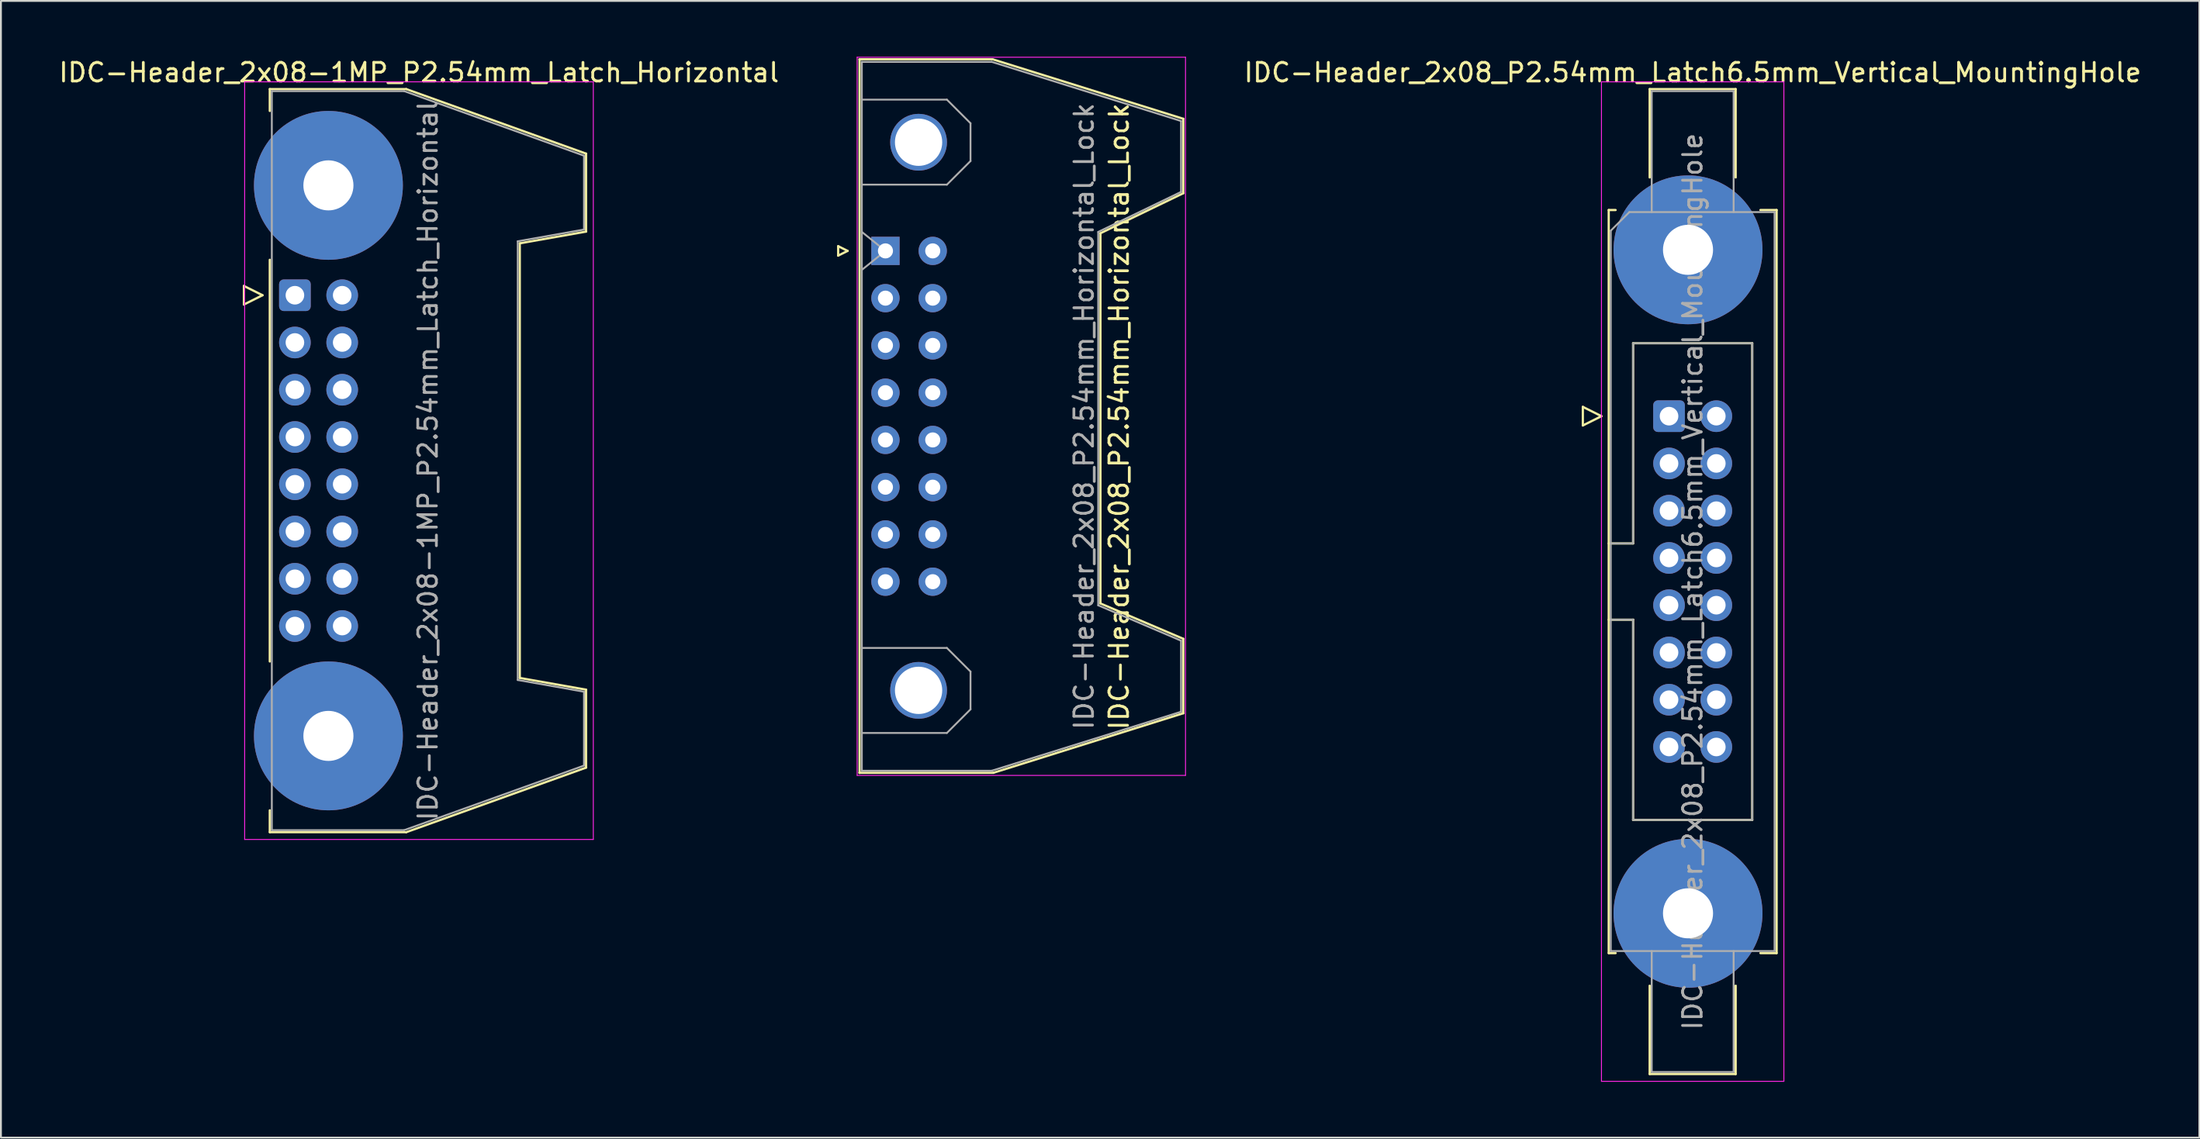
<source format=kicad_pcb>
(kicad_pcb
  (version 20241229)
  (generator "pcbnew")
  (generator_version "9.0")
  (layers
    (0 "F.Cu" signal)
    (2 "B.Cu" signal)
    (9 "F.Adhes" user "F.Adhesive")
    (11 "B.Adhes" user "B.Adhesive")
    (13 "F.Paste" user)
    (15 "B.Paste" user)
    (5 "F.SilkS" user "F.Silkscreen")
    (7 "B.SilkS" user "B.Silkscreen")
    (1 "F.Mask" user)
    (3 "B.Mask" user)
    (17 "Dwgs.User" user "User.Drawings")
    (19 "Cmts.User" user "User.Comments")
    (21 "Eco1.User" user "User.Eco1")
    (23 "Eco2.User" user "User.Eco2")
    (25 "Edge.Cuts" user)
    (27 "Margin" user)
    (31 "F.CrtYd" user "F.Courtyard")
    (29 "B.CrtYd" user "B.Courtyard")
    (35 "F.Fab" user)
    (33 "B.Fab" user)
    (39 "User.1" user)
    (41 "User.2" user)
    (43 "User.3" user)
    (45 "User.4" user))
  (footprint "IDC-Header_2x08_P2.54mm_Latch6.5mm_Vertical_MountingHole"
    (layer "F.Cu")
    (at 86.612 19.318)
    (property "Reference" "IDC-Header_2x08_P2.54mm_Latch6.5mm_Vertical_MountingHole" (at 1.27 -18.47 0) (layer "F.SilkS") (effects (font (size 1 1) (thickness 0.15))))
    (attr through_hole)
    (fp_line (start -4.63 -0.5) (end -4.63 0.5) (stroke (width 0.12) (type solid)) (layer "F.SilkS"))
    (fp_line (start -4.63 0.5) (end -3.63 0) (stroke (width 0.12) (type solid)) (layer "F.SilkS"))
    (fp_line (start -3.63 0) (end -4.63 -0.5) (stroke (width 0.12) (type solid)) (layer "F.SilkS"))
    (fp_line (start -3.24 -11.08) (end -3.24 28.86) (stroke (width 0.12) (type solid)) (layer "F.SilkS"))
    (fp_line (start -3.24 6.84) (end -1.93 6.84) (stroke (width 0.12) (type solid)) (layer "F.SilkS"))
    (fp_line (start -3.24 28.86) (end -2.87 28.86) (stroke (width 0.12) (type solid)) (layer "F.SilkS"))
    (fp_line (start -2.87 -11.08) (end -3.24 -11.08) (stroke (width 0.12) (type solid)) (layer "F.SilkS"))
    (fp_line (start -1.93 -3.92) (end 4.47 -3.92) (stroke (width 0.12) (type solid)) (layer "F.SilkS"))
    (fp_line (start -1.93 6.84) (end -1.93 -3.92) (stroke (width 0.12) (type solid)) (layer "F.SilkS"))
    (fp_line (start -1.93 10.94) (end -3.24 10.94) (stroke (width 0.12) (type solid)) (layer "F.SilkS"))
    (fp_line (start -1.93 10.94) (end -1.93 10.94) (stroke (width 0.12) (type solid)) (layer "F.SilkS"))
    (fp_line (start -1.93 21.7) (end -1.93 10.94) (stroke (width 0.12) (type solid)) (layer "F.SilkS"))
    (fp_line (start -1.04 -17.58) (end 3.58 -17.58) (stroke (width 0.12) (type solid)) (layer "F.SilkS"))
    (fp_line (start -1.04 -12.83) (end -1.04 -17.58) (stroke (width 0.12) (type solid)) (layer "F.SilkS"))
    (fp_line (start -1.04 30.61) (end -1.04 35.36) (stroke (width 0.12) (type solid)) (layer "F.SilkS"))
    (fp_line (start -1.04 35.36) (end 3.58 35.36) (stroke (width 0.12) (type solid)) (layer "F.SilkS"))
    (fp_line (start 3.58 -17.58) (end 3.58 -12.83) (stroke (width 0.12) (type solid)) (layer "F.SilkS"))
    (fp_line (start 3.58 35.36) (end 3.58 30.61) (stroke (width 0.12) (type solid)) (layer "F.SilkS"))
    (fp_line (start 4.47 -3.92) (end 4.47 21.7) (stroke (width 0.12) (type solid)) (layer "F.SilkS"))
    (fp_line (start 4.47 21.7) (end -1.93 21.7) (stroke (width 0.12) (type solid)) (layer "F.SilkS"))
    (fp_line (start 4.91 -11.08) (end 5.78 -11.08) (stroke (width 0.12) (type solid)) (layer "F.SilkS"))
    (fp_line (start 5.78 -11.08) (end 5.78 28.86) (stroke (width 0.12) (type solid)) (layer "F.SilkS"))
    (fp_line (start 5.78 28.86) (end 4.91 28.86) (stroke (width 0.12) (type solid)) (layer "F.SilkS"))
    (fp_line (start -3.63 -17.97) (end -3.63 35.75) (stroke (width 0.05) (type solid)) (layer "F.CrtYd"))
    (fp_line (start -3.63 35.75) (end 6.17 35.75) (stroke (width 0.05) (type solid)) (layer "F.CrtYd"))
    (fp_line (start 6.17 -17.97) (end -3.63 -17.97) (stroke (width 0.05) (type solid)) (layer "F.CrtYd"))
    (fp_line (start 6.17 35.75) (end 6.17 -17.97) (stroke (width 0.05) (type solid)) (layer "F.CrtYd"))
    (fp_line (start -3.13 -9.97) (end -2.13 -10.97) (stroke (width 0.1) (type solid)) (layer "F.Fab"))
    (fp_line (start -3.13 6.84) (end -1.93 6.84) (stroke (width 0.1) (type solid)) (layer "F.Fab"))
    (fp_line (start -3.13 28.75) (end -3.13 -9.97) (stroke (width 0.1) (type solid)) (layer "F.Fab"))
    (fp_line (start -2.13 -10.97) (end 5.67 -10.97) (stroke (width 0.1) (type solid)) (layer "F.Fab"))
    (fp_line (start -1.93 -3.92) (end 4.47 -3.92) (stroke (width 0.1) (type solid)) (layer "F.Fab"))
    (fp_line (start -1.93 6.84) (end -1.93 -3.92) (stroke (width 0.1) (type solid)) (layer "F.Fab"))
    (fp_line (start -1.93 10.94) (end -3.13 10.94) (stroke (width 0.1) (type solid)) (layer "F.Fab"))
    (fp_line (start -1.93 10.94) (end -1.93 10.94) (stroke (width 0.1) (type solid)) (layer "F.Fab"))
    (fp_line (start -1.93 21.7) (end -1.93 10.94) (stroke (width 0.1) (type solid)) (layer "F.Fab"))
    (fp_line (start -0.93 -17.47) (end 3.47 -17.47) (stroke (width 0.1) (type solid)) (layer "F.Fab"))
    (fp_line (start -0.93 -10.97) (end -0.93 -17.47) (stroke (width 0.1) (type solid)) (layer "F.Fab"))
    (fp_line (start -0.93 28.75) (end -0.93 35.25) (stroke (width 0.1) (type solid)) (layer "F.Fab"))
    (fp_line (start -0.93 35.25) (end 3.47 35.25) (stroke (width 0.1) (type solid)) (layer "F.Fab"))
    (fp_line (start 3.47 -17.47) (end 3.47 -10.97) (stroke (width 0.1) (type solid)) (layer "F.Fab"))
    (fp_line (start 3.47 35.25) (end 3.47 28.75) (stroke (width 0.1) (type solid)) (layer "F.Fab"))
    (fp_line (start 4.47 -3.92) (end 4.47 21.7) (stroke (width 0.1) (type solid)) (layer "F.Fab"))
    (fp_line (start 4.47 21.7) (end -1.93 21.7) (stroke (width 0.1) (type solid)) (layer "F.Fab"))
    (fp_line (start 5.67 -10.97) (end 5.67 28.75) (stroke (width 0.1) (type solid)) (layer "F.Fab"))
    (fp_line (start 5.67 28.75) (end -3.13 28.75) (stroke (width 0.1) (type solid)) (layer "F.Fab"))
    (fp_text user "${REFERENCE}" (at 1.27 8.89 90) (layer "F.Fab") (effects (font (size 1 1) (thickness 0.15))))
    (pad "" thru_hole circle (at 1.02 -8.94) (size 8 8) (drill 2.69) (layers "*.Cu" "*.Mask"))
    (pad "" thru_hole circle (at 1.02 26.72) (size 8 8) (drill 2.69) (layers "*.Cu" "*.Mask"))
    (pad "1" thru_hole roundrect (at 0 0) (size 1.7 1.7) (drill 1) (layers "*.Cu" "*.Mask") (roundrect_rratio 0.147))
    (pad "2" thru_hole circle (at 2.54 0) (size 1.7 1.7) (drill 1) (layers "*.Cu" "*.Mask"))
    (pad "3" thru_hole circle (at 0 2.54) (size 1.7 1.7) (drill 1) (layers "*.Cu" "*.Mask"))
    (pad "4" thru_hole circle (at 2.54 2.54) (size 1.7 1.7) (drill 1) (layers "*.Cu" "*.Mask"))
    (pad "5" thru_hole circle (at 0 5.08) (size 1.7 1.7) (drill 1) (layers "*.Cu" "*.Mask"))
    (pad "6" thru_hole circle (at 2.54 5.08) (size 1.7 1.7) (drill 1) (layers "*.Cu" "*.Mask"))
    (pad "7" thru_hole circle (at 0 7.62) (size 1.7 1.7) (drill 1) (layers "*.Cu" "*.Mask"))
    (pad "8" thru_hole circle (at 2.54 7.62) (size 1.7 1.7) (drill 1) (layers "*.Cu" "*.Mask"))
    (pad "9" thru_hole circle (at 0 10.16) (size 1.7 1.7) (drill 1) (layers "*.Cu" "*.Mask"))
    (pad "10" thru_hole circle (at 2.54 10.16) (size 1.7 1.7) (drill 1) (layers "*.Cu" "*.Mask"))
    (pad "11" thru_hole circle (at 0 12.7) (size 1.7 1.7) (drill 1) (layers "*.Cu" "*.Mask"))
    (pad "12" thru_hole circle (at 2.54 12.7) (size 1.7 1.7) (drill 1) (layers "*.Cu" "*.Mask"))
    (pad "13" thru_hole circle (at 0 15.24) (size 1.7 1.7) (drill 1) (layers "*.Cu" "*.Mask"))
    (pad "14" thru_hole circle (at 2.54 15.24) (size 1.7 1.7) (drill 1) (layers "*.Cu" "*.Mask"))
    (pad "15" thru_hole circle (at 0 17.78) (size 1.7 1.7) (drill 1) (layers "*.Cu" "*.Mask"))
    (pad "16" thru_hole circle (at 2.54 17.78) (size 1.7 1.7) (drill 1) (layers "*.Cu" "*.Mask")))
  (footprint "IDC-Header_2x08_P2.54mm_Horizontal_Lock"
    (layer "F.Cu")
    (at 44.517 10.435)
    (property "Reference" "IDC-Header_2x08_P2.54mm_Horizontal_Lock" (at 12.55 8.9 90) (layer "F.SilkS") (effects (font (size 1 1) (thickness 0.15))))
    (attr through_hole)
    (fp_line (start -2.54 -0.254) (end -2.54 0.254) (stroke (width 0.12) (type solid)) (layer "F.SilkS"))
    (fp_line (start -2.54 0.254) (end -2.032 0) (stroke (width 0.12) (type solid)) (layer "F.SilkS"))
    (fp_line (start -2.032 0) (end -2.54 -0.254) (stroke (width 0.12) (type solid)) (layer "F.SilkS"))
    (fp_line (start -1.4 -10.3) (end 5.75 -10.3) (stroke (width 0.12) (type solid)) (layer "F.SilkS"))
    (fp_line (start -1.39 28.06) (end -1.39 -10.28) (stroke (width 0.12) (type solid)) (layer "F.SilkS"))
    (fp_line (start 5.75 -10.3) (end 16 -7.1) (stroke (width 0.12) (type solid)) (layer "F.SilkS"))
    (fp_line (start 5.8 28.05) (end -1.4 28.05) (stroke (width 0.12) (type solid)) (layer "F.SilkS"))
    (fp_line (start 11.55 -0.95) (end 11.55 18.95) (stroke (width 0.12) (type solid)) (layer "F.SilkS"))
    (fp_line (start 11.55 18.95) (end 16 20.85) (stroke (width 0.12) (type solid)) (layer "F.SilkS"))
    (fp_line (start 16 -7.1) (end 16 -3.1) (stroke (width 0.12) (type solid)) (layer "F.SilkS"))
    (fp_line (start 16 -3.1) (end 11.55 -0.95) (stroke (width 0.12) (type solid)) (layer "F.SilkS"))
    (fp_line (start 16 20.85) (end 16 24.85) (stroke (width 0.12) (type solid)) (layer "F.SilkS"))
    (fp_line (start 16 24.85) (end 5.8 28.05) (stroke (width 0.12) (type solid)) (layer "F.SilkS"))
    (fp_line (start -1.52 28.19) (end -1.52 -10.41) (stroke (width 0.05) (type solid)) (layer "F.CrtYd"))
    (fp_line (start -1.52 28.19) (end 16.12 28.19) (stroke (width 0.05) (type solid)) (layer "F.CrtYd"))
    (fp_line (start 16.12 -10.41) (end -1.52 -10.41) (stroke (width 0.05) (type solid)) (layer "F.CrtYd"))
    (fp_line (start 16.12 -10.41) (end 16.12 28.19) (stroke (width 0.05) (type solid)) (layer "F.CrtYd"))
    (fp_line (start -1.27 -10.16) (end 5.71 -10.16) (stroke (width 0.1) (type solid)) (layer "F.Fab"))
    (fp_line (start -1.27 -8.13) (end 3.3 -8.13) (stroke (width 0.1) (type solid)) (layer "F.Fab"))
    (fp_line (start -1.27 21.34) (end 3.3 21.34) (stroke (width 0.1) (type solid)) (layer "F.Fab"))
    (fp_line (start -1.27 27.94) (end -1.27 -10.16) (stroke (width 0.1) (type solid)) (layer "F.Fab"))
    (fp_line (start -1.27 27.94) (end 5.71 27.94) (stroke (width 0.1) (type solid)) (layer "F.Fab"))
    (fp_line (start -1.268 -1.02) (end 0 0) (stroke (width 0.1) (type solid)) (layer "F.Fab"))
    (fp_line (start 0 0) (end -1.268 1.02) (stroke (width 0.1) (type solid)) (layer "F.Fab"))
    (fp_line (start 3.3 -8.13) (end 4.57 -6.86) (stroke (width 0.1) (type solid)) (layer "F.Fab"))
    (fp_line (start 3.3 -3.56) (end -1.27 -3.56) (stroke (width 0.1) (type solid)) (layer "F.Fab"))
    (fp_line (start 3.3 21.34) (end 4.57 22.61) (stroke (width 0.1) (type solid)) (layer "F.Fab"))
    (fp_line (start 3.3 25.91) (end -1.27 25.91) (stroke (width 0.1) (type solid)) (layer "F.Fab"))
    (fp_line (start 4.57 -6.86) (end 4.57 -4.83) (stroke (width 0.1) (type solid)) (layer "F.Fab"))
    (fp_line (start 4.57 -4.83) (end 3.3 -3.56) (stroke (width 0.1) (type solid)) (layer "F.Fab"))
    (fp_line (start 4.57 22.61) (end 4.57 24.64) (stroke (width 0.1) (type solid)) (layer "F.Fab"))
    (fp_line (start 4.57 24.64) (end 3.3 25.91) (stroke (width 0.1) (type solid)) (layer "F.Fab"))
    (fp_line (start 5.71 -10.16) (end 15.88 -6.98) (stroke (width 0.1) (type solid)) (layer "F.Fab"))
    (fp_line (start 5.71 27.94) (end 15.88 24.77) (stroke (width 0.1) (type solid)) (layer "F.Fab"))
    (fp_line (start 11.43 19.05) (end 11.43 -1.02) (stroke (width 0.1) (type solid)) (layer "F.Fab"))
    (fp_line (start 15.88 -6.98) (end 15.88 -3.17) (stroke (width 0.1) (type solid)) (layer "F.Fab"))
    (fp_line (start 15.88 -3.17) (end 11.43 -1.02) (stroke (width 0.1) (type solid)) (layer "F.Fab"))
    (fp_line (start 15.88 20.95) (end 11.43 19.05) (stroke (width 0.1) (type solid)) (layer "F.Fab"))
    (fp_line (start 15.88 24.77) (end 15.88 20.95) (stroke (width 0.1) (type solid)) (layer "F.Fab"))
    (fp_text user "${REFERENCE}" (at 10.668 8.89 90) (layer "F.Fab") (effects (font (size 1 1) (thickness 0.15))))
    (pad "" thru_hole circle (at 1.78 -5.84 90) (size 3.05 3.05) (drill 2.54) (layers "*.Cu" "*.Mask"))
    (pad "" thru_hole circle (at 1.78 23.62 90) (size 3.05 3.05) (drill 2.54) (layers "*.Cu" "*.Mask"))
    (pad "1" thru_hole rect (at 0 0 90) (size 1.52 1.52) (drill 0.81) (layers "*.Cu" "*.Mask"))
    (pad "2" thru_hole circle (at 2.54 0 90) (size 1.52 1.52) (drill 0.81) (layers "*.Cu" "*.Mask"))
    (pad "3" thru_hole circle (at 0 2.54 90) (size 1.52 1.52) (drill 0.81) (layers "*.Cu" "*.Mask"))
    (pad "4" thru_hole circle (at 2.54 2.54 90) (size 1.52 1.52) (drill 0.81) (layers "*.Cu" "*.Mask"))
    (pad "5" thru_hole circle (at 0 5.08 90) (size 1.52 1.52) (drill 0.81) (layers "*.Cu" "*.Mask"))
    (pad "6" thru_hole circle (at 2.54 5.08 90) (size 1.52 1.52) (drill 0.81) (layers "*.Cu" "*.Mask"))
    (pad "7" thru_hole circle (at 0 7.62 90) (size 1.52 1.52) (drill 0.81) (layers "*.Cu" "*.Mask"))
    (pad "8" thru_hole circle (at 2.54 7.62 90) (size 1.52 1.52) (drill 0.81) (layers "*.Cu" "*.Mask"))
    (pad "9" thru_hole circle (at 0 10.16 90) (size 1.52 1.52) (drill 0.81) (layers "*.Cu" "*.Mask"))
    (pad "10" thru_hole circle (at 2.54 10.16 90) (size 1.52 1.52) (drill 0.81) (layers "*.Cu" "*.Mask"))
    (pad "11" thru_hole circle (at 0 12.7 90) (size 1.52 1.52) (drill 0.81) (layers "*.Cu" "*.Mask"))
    (pad "12" thru_hole circle (at 2.54 12.7 90) (size 1.52 1.52) (drill 0.81) (layers "*.Cu" "*.Mask"))
    (pad "13" thru_hole circle (at 0 15.24 90) (size 1.52 1.52) (drill 0.81) (layers "*.Cu" "*.Mask"))
    (pad "14" thru_hole circle (at 2.54 15.24 90) (size 1.52 1.52) (drill 0.81) (layers "*.Cu" "*.Mask"))
    (pad "15" thru_hole circle (at 0 17.78 90) (size 1.52 1.52) (drill 0.81) (layers "*.Cu" "*.Mask"))
    (pad "16" thru_hole circle (at 2.54 17.78 90) (size 1.52 1.52) (drill 0.81) (layers "*.Cu" "*.Mask")))
  (footprint "IDC-Header_2x08-1MP_P2.54mm_Latch_Horizontal"
    (layer "F.Cu")
    (at 12.793 12.818)
    (property "Reference" "IDC-Header_2x08-1MP_P2.54mm_Latch_Horizontal" (at 6.665 -11.97 0) (layer "F.SilkS") (effects (font (size 1 1) (thickness 0.15))))
    (attr through_hole)
    (fp_line (start -2.74 -0.5) (end -2.74 0.5) (stroke (width 0.12) (type solid)) (layer "F.SilkS"))
    (fp_line (start -2.74 0.5) (end -1.74 0) (stroke (width 0.12) (type solid)) (layer "F.SilkS"))
    (fp_line (start -1.74 0) (end -2.74 -0.5) (stroke (width 0.12) (type solid)) (layer "F.SilkS"))
    (fp_line (start -1.35 -11.08) (end -1.35 -9.905) (stroke (width 0.12) (type solid)) (layer "F.SilkS"))
    (fp_line (start -1.35 -11.08) (end 5.98 -11.08) (stroke (width 0.12) (type solid)) (layer "F.SilkS"))
    (fp_line (start -1.35 -1.905) (end -1.35 19.685) (stroke (width 0.12) (type solid)) (layer "F.SilkS"))
    (fp_line (start -1.35 27.685) (end -1.35 28.86) (stroke (width 0.12) (type solid)) (layer "F.SilkS"))
    (fp_line (start 5.98 -11.08) (end 15.64 -7.61) (stroke (width 0.12) (type solid)) (layer "F.SilkS"))
    (fp_line (start 5.98 28.86) (end -1.35 28.86) (stroke (width 0.12) (type solid)) (layer "F.SilkS"))
    (fp_line (start 12.08 -2.79) (end 12.08 20.57) (stroke (width 0.12) (type solid)) (layer "F.SilkS"))
    (fp_line (start 12.08 20.57) (end 15.64 21.2) (stroke (width 0.12) (type solid)) (layer "F.SilkS"))
    (fp_line (start 15.64 -7.61) (end 15.64 -3.42) (stroke (width 0.12) (type solid)) (layer "F.SilkS"))
    (fp_line (start 15.64 -3.42) (end 12.08 -2.79) (stroke (width 0.12) (type solid)) (layer "F.SilkS"))
    (fp_line (start 15.64 21.2) (end 15.64 25.39) (stroke (width 0.12) (type solid)) (layer "F.SilkS"))
    (fp_line (start 15.64 25.39) (end 5.98 28.86) (stroke (width 0.12) (type solid)) (layer "F.SilkS"))
    (fp_line (start -2.7 -11.47) (end -2.7 29.25) (stroke (width 0.05) (type solid)) (layer "F.CrtYd"))
    (fp_line (start -2.7 29.25) (end 16.03 29.25) (stroke (width 0.05) (type solid)) (layer "F.CrtYd"))
    (fp_line (start 16.03 -11.47) (end -2.7 -11.47) (stroke (width 0.05) (type solid)) (layer "F.CrtYd"))
    (fp_line (start 16.03 29.25) (end 16.03 -11.47) (stroke (width 0.05) (type solid)) (layer "F.CrtYd"))
    (fp_line (start -1.24 -10.97) (end 5.87 -10.97) (stroke (width 0.1) (type solid)) (layer "F.Fab"))
    (fp_line (start -1.24 28.75) (end -1.24 -10.97) (stroke (width 0.1) (type solid)) (layer "F.Fab"))
    (fp_line (start 5.87 -10.97) (end 15.53 -7.5) (stroke (width 0.1) (type solid)) (layer "F.Fab"))
    (fp_line (start 5.87 28.75) (end -1.24 28.75) (stroke (width 0.1) (type solid)) (layer "F.Fab"))
    (fp_line (start 11.97 -2.9) (end 11.97 20.68) (stroke (width 0.1) (type solid)) (layer "F.Fab"))
    (fp_line (start 11.97 20.68) (end 15.53 21.31) (stroke (width 0.1) (type solid)) (layer "F.Fab"))
    (fp_line (start 15.53 -7.5) (end 15.53 -3.53) (stroke (width 0.1) (type solid)) (layer "F.Fab"))
    (fp_line (start 15.53 -3.53) (end 11.97 -2.9) (stroke (width 0.1) (type solid)) (layer "F.Fab"))
    (fp_line (start 15.53 21.31) (end 15.53 25.28) (stroke (width 0.1) (type solid)) (layer "F.Fab"))
    (fp_line (start 15.53 25.28) (end 5.87 28.75) (stroke (width 0.1) (type solid)) (layer "F.Fab"))
    (fp_text user "${REFERENCE}" (at 7.145 8.89 90) (layer "F.Fab") (effects (font (size 1 1) (thickness 0.15))))
    (pad "1" thru_hole roundrect (at 0 0) (size 1.7 1.7) (drill 1) (layers "*.Cu" "*.Mask") (roundrect_rratio 0.147))
    (pad "2" thru_hole circle (at 2.54 0) (size 1.7 1.7) (drill 1) (layers "*.Cu" "*.Mask"))
    (pad "3" thru_hole circle (at 0 2.54) (size 1.7 1.7) (drill 1) (layers "*.Cu" "*.Mask"))
    (pad "4" thru_hole circle (at 2.54 2.54) (size 1.7 1.7) (drill 1) (layers "*.Cu" "*.Mask"))
    (pad "5" thru_hole circle (at 0 5.08) (size 1.7 1.7) (drill 1) (layers "*.Cu" "*.Mask"))
    (pad "6" thru_hole circle (at 2.54 5.08) (size 1.7 1.7) (drill 1) (layers "*.Cu" "*.Mask"))
    (pad "7" thru_hole circle (at 0 7.62) (size 1.7 1.7) (drill 1) (layers "*.Cu" "*.Mask"))
    (pad "8" thru_hole circle (at 2.54 7.62) (size 1.7 1.7) (drill 1) (layers "*.Cu" "*.Mask"))
    (pad "9" thru_hole circle (at 0 10.16) (size 1.7 1.7) (drill 1) (layers "*.Cu" "*.Mask"))
    (pad "10" thru_hole circle (at 2.54 10.16) (size 1.7 1.7) (drill 1) (layers "*.Cu" "*.Mask"))
    (pad "11" thru_hole circle (at 0 12.7) (size 1.7 1.7) (drill 1) (layers "*.Cu" "*.Mask"))
    (pad "12" thru_hole circle (at 2.54 12.7) (size 1.7 1.7) (drill 1) (layers "*.Cu" "*.Mask"))
    (pad "13" thru_hole circle (at 0 15.24) (size 1.7 1.7) (drill 1) (layers "*.Cu" "*.Mask"))
    (pad "14" thru_hole circle (at 2.54 15.24) (size 1.7 1.7) (drill 1) (layers "*.Cu" "*.Mask"))
    (pad "15" thru_hole circle (at 0 17.78) (size 1.7 1.7) (drill 1) (layers "*.Cu" "*.Mask"))
    (pad "16" thru_hole circle (at 2.54 17.78) (size 1.7 1.7) (drill 1) (layers "*.Cu" "*.Mask"))
    (pad "MP" thru_hole circle (at 1.8 -5.905) (size 8 8) (drill 2.69) (layers "*.Cu" "*.Mask"))
    (pad "MP" thru_hole circle (at 1.8 23.685) (size 8 8) (drill 2.69) (layers "*.Cu" "*.Mask")))
  (gr_rect
    (start -3 -3)
    (end 115.102 58.093)
    (stroke (width 0.1) (type default))
    (fill no)
    (layer "Edge.Cuts")))
</source>
